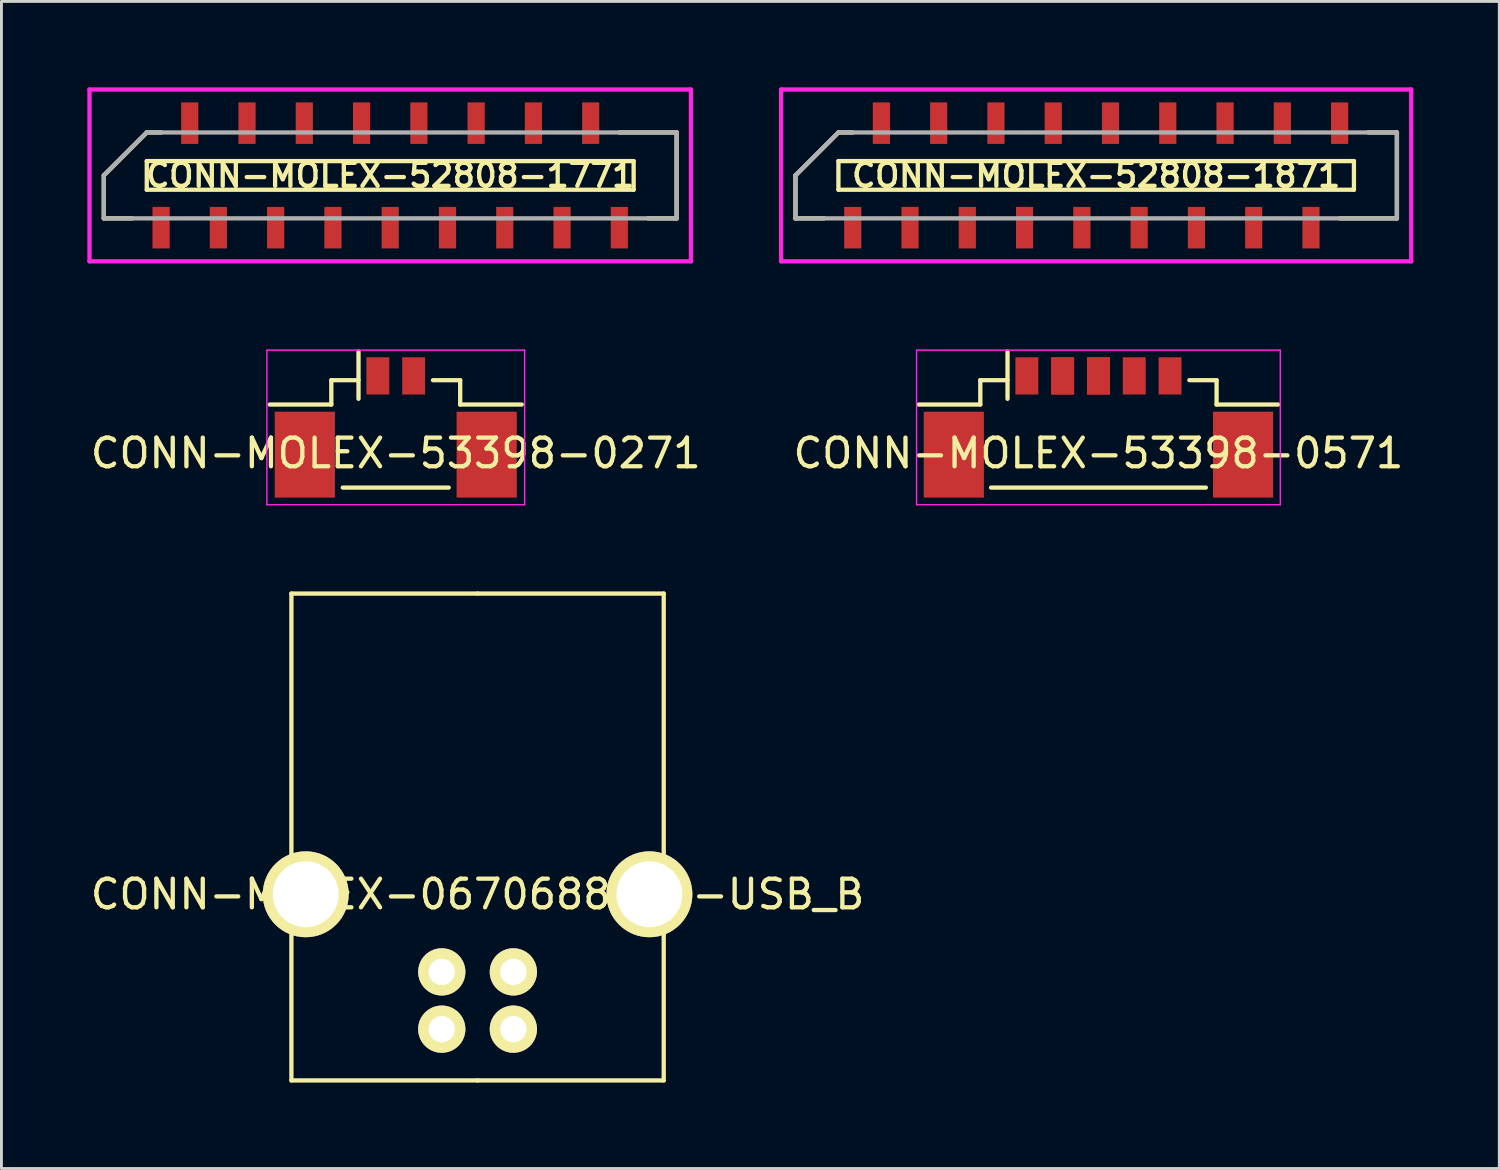
<source format=kicad_pcb>
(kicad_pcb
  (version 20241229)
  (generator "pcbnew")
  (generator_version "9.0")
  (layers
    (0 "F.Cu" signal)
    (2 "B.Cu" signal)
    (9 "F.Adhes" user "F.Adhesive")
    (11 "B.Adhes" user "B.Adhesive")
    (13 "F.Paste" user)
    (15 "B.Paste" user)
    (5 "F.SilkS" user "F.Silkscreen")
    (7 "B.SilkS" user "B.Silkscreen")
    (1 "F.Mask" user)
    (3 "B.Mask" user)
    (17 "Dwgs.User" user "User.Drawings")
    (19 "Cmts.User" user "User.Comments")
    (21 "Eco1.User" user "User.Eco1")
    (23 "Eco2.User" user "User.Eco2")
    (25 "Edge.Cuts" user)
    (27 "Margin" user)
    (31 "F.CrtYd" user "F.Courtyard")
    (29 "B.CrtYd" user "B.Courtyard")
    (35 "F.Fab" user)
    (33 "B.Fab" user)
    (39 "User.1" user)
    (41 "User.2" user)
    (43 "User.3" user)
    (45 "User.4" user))
  (footprint "CONN-MOLEX-53398-0571"
    (layer "F.Cu")
    (at 35.304 11.825)
    (property "Reference" "CONN-MOLEX-53398-0571" (at 0 0.95 0) (layer "F.SilkS") (effects (font (size 1 1) (thickness 0.15))))
    (attr through_hole)
    (fp_line (start -6.275 -0.75) (end -4.125 -0.75) (stroke (width 0.15) (type solid)) (layer "F.SilkS"))
    (fp_line (start -4.125 -1.6) (end -4.125 -0.75) (stroke (width 0.15) (type solid)) (layer "F.SilkS"))
    (fp_line (start -3.75 2.15) (end 3.75 2.15) (stroke (width 0.15) (type solid)) (layer "F.SilkS"))
    (fp_line (start -3.175 -1.6) (end -4.125 -1.6) (stroke (width 0.15) (type solid)) (layer "F.SilkS"))
    (fp_line (start -3.175 -0.95) (end -3.175 -2.6) (stroke (width 0.15) (type solid)) (layer "F.SilkS"))
    (fp_line (start 4.125 -1.6) (end 3.175 -1.6) (stroke (width 0.15) (type solid)) (layer "F.SilkS"))
    (fp_line (start 4.125 -0.75) (end 4.125 -1.6) (stroke (width 0.15) (type solid)) (layer "F.SilkS"))
    (fp_line (start 6.275 -0.75) (end 4.125 -0.75) (stroke (width 0.15) (type solid)) (layer "F.SilkS"))
    (fp_line (start -6.35 -2.65) (end -6.35 2.75) (stroke (width 0.05) (type solid)) (layer "F.CrtYd"))
    (fp_line (start -6.35 2.75) (end 6.35 2.75) (stroke (width 0.05) (type solid)) (layer "F.CrtYd"))
    (fp_line (start 6.35 -2.65) (end -6.35 -2.65) (stroke (width 0.05) (type solid)) (layer "F.CrtYd"))
    (fp_line (start 6.35 2.75) (end 6.35 -2.65) (stroke (width 0.05) (type solid)) (layer "F.CrtYd"))
    (pad "" smd rect (at -5.05 1) (size 2.1 3) (layers "F.Cu" "F.Mask" "F.Paste"))
    (pad "" smd rect (at 5.05 1) (size 2.1 3) (layers "F.Cu" "F.Mask" "F.Paste"))
    (pad "1" smd rect (at -2.5 -1.75) (size 0.8 1.3) (layers "F.Cu" "F.Mask" "F.Paste"))
    (pad "2" smd rect (at -1.25 -1.75) (size 0.8 1.3) (layers "F.Cu" "F.Mask" "F.Paste"))
    (pad "2" smd rect (at -1.25 -1.75) (size 0.8 1.3) (layers "F.Cu" "F.Mask" "F.Paste"))
    (pad "3" smd rect (at 0 -1.75) (size 0.8 1.3) (layers "F.Cu" "F.Mask" "F.Paste"))
    (pad "3" smd rect (at 0 -1.75) (size 0.8 1.3) (layers "F.Cu" "F.Mask" "F.Paste"))
    (pad "4" smd rect (at 1.25 -1.75) (size 0.8 1.3) (layers "F.Cu" "F.Mask" "F.Paste"))
    (pad "5" smd rect (at 2.5 -1.75) (size 0.8 1.3) (layers "F.Cu" "F.Mask" "F.Paste")))
  (footprint "CONN-MOLEX-52808-1771"
    (layer "F.Cu")
    (at 10.575 3.075)
    (property "Reference" "CONN-MOLEX-52808-1771" (at 0 0 0) (layer "F.SilkS") (effects (font (size 0.8 0.8) (thickness 0.15))))
    (attr through_hole)
    (fp_line (start -10 0) (end -10 1.5) (stroke (width 0.15) (type solid)) (layer "F.SilkS"))
    (fp_line (start -10 0) (end -8.5 -1.5) (stroke (width 0.15) (type solid)) (layer "F.SilkS"))
    (fp_line (start -9 1.5) (end -10 1.5) (stroke (width 0.15) (type solid)) (layer "F.SilkS"))
    (fp_line (start -8.5 -0.5) (end -8.5 0.5) (stroke (width 0.15) (type solid)) (layer "F.SilkS"))
    (fp_line (start -8.5 0.5) (end 8.5 0.5) (stroke (width 0.15) (type solid)) (layer "F.SilkS"))
    (fp_line (start -8 -1.5) (end -8.5 -1.5) (stroke (width 0.15) (type solid)) (layer "F.SilkS"))
    (fp_line (start 8.5 -0.5) (end -8.5 -0.5) (stroke (width 0.15) (type solid)) (layer "F.SilkS"))
    (fp_line (start 8.5 0.5) (end 8.5 -0.5) (stroke (width 0.15) (type solid)) (layer "F.SilkS"))
    (fp_line (start 9 1.5) (end 10 1.5) (stroke (width 0.15) (type solid)) (layer "F.SilkS"))
    (fp_line (start 10 -1.5) (end 8 -1.5) (stroke (width 0.15) (type solid)) (layer "F.SilkS"))
    (fp_line (start 10 -1.5) (end 10 1.5) (stroke (width 0.15) (type solid)) (layer "F.SilkS"))
    (fp_line (start -10.5 -3) (end -10.5 3) (stroke (width 0.15) (type solid)) (layer "F.CrtYd"))
    (fp_line (start -10.5 3) (end 10.5 3) (stroke (width 0.15) (type solid)) (layer "F.CrtYd"))
    (fp_line (start 10.5 -3) (end -10.5 -3) (stroke (width 0.15) (type solid)) (layer "F.CrtYd"))
    (fp_line (start 10.5 3) (end 10.5 -3) (stroke (width 0.15) (type solid)) (layer "F.CrtYd"))
    (fp_line (start -10 0) (end -10 1.5) (stroke (width 0.15) (type solid)) (layer "F.Fab"))
    (fp_line (start -10 1.5) (end 10 1.5) (stroke (width 0.15) (type solid)) (layer "F.Fab"))
    (fp_line (start -8.5 -1.5) (end -10 0) (stroke (width 0.15) (type solid)) (layer "F.Fab"))
    (fp_line (start 10 -1.5) (end -8.5 -1.5) (stroke (width 0.15) (type solid)) (layer "F.Fab"))
    (fp_line (start 10 1.5) (end 10 -1.5) (stroke (width 0.15) (type solid)) (layer "F.Fab"))
    (pad "1" smd rect (at -8 1.825) (size 0.6 1.45) (layers "F.Cu" "F.Mask" "F.Paste"))
    (pad "2" smd rect (at -7 -1.825) (size 0.6 1.45) (layers "F.Cu" "F.Mask" "F.Paste"))
    (pad "3" smd rect (at -6 1.825) (size 0.6 1.45) (layers "F.Cu" "F.Mask" "F.Paste"))
    (pad "4" smd rect (at -5 -1.825) (size 0.6 1.45) (layers "F.Cu" "F.Mask" "F.Paste"))
    (pad "5" smd rect (at -4 1.825) (size 0.6 1.45) (layers "F.Cu" "F.Mask" "F.Paste"))
    (pad "6" smd rect (at -3 -1.825) (size 0.6 1.45) (layers "F.Cu" "F.Mask" "F.Paste"))
    (pad "7" smd rect (at -2 1.825) (size 0.6 1.45) (layers "F.Cu" "F.Mask" "F.Paste"))
    (pad "8" smd rect (at -1 -1.825) (size 0.6 1.45) (layers "F.Cu" "F.Mask" "F.Paste"))
    (pad "9" smd rect (at 0 1.825) (size 0.6 1.45) (layers "F.Cu" "F.Mask" "F.Paste"))
    (pad "10" smd rect (at 1 -1.825) (size 0.6 1.45) (layers "F.Cu" "F.Mask" "F.Paste"))
    (pad "11" smd rect (at 2 1.825) (size 0.6 1.45) (layers "F.Cu" "F.Mask" "F.Paste"))
    (pad "12" smd rect (at 3 -1.825) (size 0.6 1.45) (layers "F.Cu" "F.Mask" "F.Paste"))
    (pad "13" smd rect (at 4 1.825) (size 0.6 1.45) (layers "F.Cu" "F.Mask" "F.Paste"))
    (pad "14" smd rect (at 5 -1.825) (size 0.6 1.45) (layers "F.Cu" "F.Mask" "F.Paste"))
    (pad "15" smd rect (at 6 1.825) (size 0.6 1.45) (layers "F.Cu" "F.Mask" "F.Paste"))
    (pad "16" smd rect (at 7 -1.825) (size 0.6 1.45) (layers "F.Cu" "F.Mask" "F.Paste"))
    (pad "17" smd rect (at 8 1.825) (size 0.6 1.45) (layers "F.Cu" "F.Mask" "F.Paste")))
  (footprint "CONN-MOLEX-52808-1871"
    (layer "F.Cu")
    (at 35.225 3.075)
    (property "Reference" "CONN-MOLEX-52808-1871" (at 0 0 0) (layer "F.SilkS") (effects (font (size 0.8 0.8) (thickness 0.15))))
    (attr through_hole)
    (fp_line (start -10.5 0) (end -10.5 1.5) (stroke (width 0.15) (type solid)) (layer "F.SilkS"))
    (fp_line (start -10.5 0) (end -9 -1.5) (stroke (width 0.15) (type solid)) (layer "F.SilkS"))
    (fp_line (start -9.5 1.5) (end -10.5 1.5) (stroke (width 0.15) (type solid)) (layer "F.SilkS"))
    (fp_line (start -9 -0.5) (end -9 0.5) (stroke (width 0.15) (type solid)) (layer "F.SilkS"))
    (fp_line (start -9 0.5) (end 9 0.5) (stroke (width 0.15) (type solid)) (layer "F.SilkS"))
    (fp_line (start -8.5 -1.5) (end -9 -1.5) (stroke (width 0.15) (type solid)) (layer "F.SilkS"))
    (fp_line (start 9 -0.5) (end -9 -0.5) (stroke (width 0.15) (type solid)) (layer "F.SilkS"))
    (fp_line (start 9 0.5) (end 9 -0.5) (stroke (width 0.15) (type solid)) (layer "F.SilkS"))
    (fp_line (start 9.5 -1.5) (end 10.5 -1.5) (stroke (width 0.15) (type solid)) (layer "F.SilkS"))
    (fp_line (start 10.5 -1.5) (end 10.5 1.5) (stroke (width 0.15) (type solid)) (layer "F.SilkS"))
    (fp_line (start 10.5 1.5) (end 8.5 1.5) (stroke (width 0.15) (type solid)) (layer "F.SilkS"))
    (fp_line (start -11 -3) (end -11 3) (stroke (width 0.15) (type solid)) (layer "F.CrtYd"))
    (fp_line (start -11 3) (end 11 3) (stroke (width 0.15) (type solid)) (layer "F.CrtYd"))
    (fp_line (start 11 -3) (end -11 -3) (stroke (width 0.15) (type solid)) (layer "F.CrtYd"))
    (fp_line (start 11 3) (end 11 -3) (stroke (width 0.15) (type solid)) (layer "F.CrtYd"))
    (fp_line (start -10.5 0) (end -10.5 1.5) (stroke (width 0.15) (type solid)) (layer "F.Fab"))
    (fp_line (start -10.5 1.5) (end 10.5 1.5) (stroke (width 0.15) (type solid)) (layer "F.Fab"))
    (fp_line (start -9 -1.5) (end -10.5 0) (stroke (width 0.15) (type solid)) (layer "F.Fab"))
    (fp_line (start -8.75 -1.5) (end -9 -1.5) (stroke (width 0.15) (type solid)) (layer "F.Fab"))
    (fp_line (start 10.5 -1.5) (end -8.75 -1.5) (stroke (width 0.15) (type solid)) (layer "F.Fab"))
    (fp_line (start 10.5 1.5) (end 10.5 -1.5) (stroke (width 0.15) (type solid)) (layer "F.Fab"))
    (pad "1" smd rect (at -8.5 1.825) (size 0.6 1.45) (layers "F.Cu" "F.Mask" "F.Paste"))
    (pad "2" smd rect (at -7.5 -1.825) (size 0.6 1.45) (layers "F.Cu" "F.Mask" "F.Paste"))
    (pad "3" smd rect (at -6.5 1.825) (size 0.6 1.45) (layers "F.Cu" "F.Mask" "F.Paste"))
    (pad "4" smd rect (at -5.5 -1.825) (size 0.6 1.45) (layers "F.Cu" "F.Mask" "F.Paste"))
    (pad "5" smd rect (at -4.5 1.825) (size 0.6 1.45) (layers "F.Cu" "F.Mask" "F.Paste"))
    (pad "6" smd rect (at -3.5 -1.825) (size 0.6 1.45) (layers "F.Cu" "F.Mask" "F.Paste"))
    (pad "7" smd rect (at -2.5 1.825) (size 0.6 1.45) (layers "F.Cu" "F.Mask" "F.Paste"))
    (pad "8" smd rect (at -1.5 -1.825) (size 0.6 1.45) (layers "F.Cu" "F.Mask" "F.Paste"))
    (pad "9" smd rect (at -0.5 1.825) (size 0.6 1.45) (layers "F.Cu" "F.Mask" "F.Paste"))
    (pad "10" smd rect (at 0.5 -1.825) (size 0.6 1.45) (layers "F.Cu" "F.Mask" "F.Paste"))
    (pad "11" smd rect (at 1.5 1.825) (size 0.6 1.45) (layers "F.Cu" "F.Mask" "F.Paste"))
    (pad "12" smd rect (at 2.5 -1.825) (size 0.6 1.45) (layers "F.Cu" "F.Mask" "F.Paste"))
    (pad "13" smd rect (at 3.5 1.825) (size 0.6 1.45) (layers "F.Cu" "F.Mask" "F.Paste"))
    (pad "14" smd rect (at 4.5 -1.825) (size 0.6 1.45) (layers "F.Cu" "F.Mask" "F.Paste"))
    (pad "15" smd rect (at 5.5 1.825) (size 0.6 1.45) (layers "F.Cu" "F.Mask" "F.Paste"))
    (pad "16" smd rect (at 6.5 -1.825) (size 0.6 1.45) (layers "F.Cu" "F.Mask" "F.Paste"))
    (pad "17" smd rect (at 7.5 1.825) (size 0.6 1.45) (layers "F.Cu" "F.Mask" "F.Paste"))
    (pad "18" smd rect (at 8.5 -1.825) (size 0.6 1.45) (layers "F.Cu" "F.Mask" "F.Paste")))
  (footprint "CONN-MOLEX-0670688000-USB_B"
    (layer "F.Cu")
    (at 13.625 28.175)
    (property "Reference" "CONN-MOLEX-0670688000-USB_B" (at 0 0 0) (layer "F.SilkS") (effects (font (size 1 1) (thickness 0.15))))
    (attr through_hole)
    (fp_line (start -6.5 -10.5) (end -6.5 6.5) (stroke (width 0.15) (type solid)) (layer "F.SilkS"))
    (fp_line (start 0 -10.5) (end -6.5 -10.5) (stroke (width 0.15) (type solid)) (layer "F.SilkS"))
    (fp_line (start 0 -10.5) (end 6.5 -10.5) (stroke (width 0.15) (type solid)) (layer "F.SilkS"))
    (fp_line (start 0 6.5) (end -6.5 6.5) (stroke (width 0.15) (type solid)) (layer "F.SilkS"))
    (fp_line (start 0 6.5) (end 6.5 6.5) (stroke (width 0.15) (type solid)) (layer "F.SilkS"))
    (fp_line (start 6.5 6.5) (end 6.5 -10.5) (stroke (width 0.15) (type solid)) (layer "F.SilkS"))
    (pad "1" thru_hole circle (at -1.25 4.71) (size 1.65 1.65) (drill 0.92) (layers "*.Cu" "*.Mask" "F.SilkS"))
    (pad "2" thru_hole circle (at 1.25 4.71) (size 1.65 1.65) (drill 0.92) (layers "*.Cu" "*.Mask" "F.SilkS"))
    (pad "3" thru_hole circle (at 1.25 2.71) (size 1.65 1.65) (drill 0.92) (layers "*.Cu" "*.Mask" "F.SilkS"))
    (pad "4" thru_hole circle (at -1.25 2.71) (size 1.65 1.65) (drill 0.92) (layers "*.Cu" "*.Mask" "F.SilkS"))
    (pad "SH" thru_hole circle (at -6 0) (size 3 3) (drill 2.3) (layers "*.Cu" "*.Mask" "F.SilkS"))
    (pad "SH" thru_hole circle (at 6 0) (size 3 3) (drill 2.3) (layers "*.Cu" "*.Mask" "F.SilkS")))
  (footprint "CONN-MOLEX-53398-0271"
    (layer "F.Cu")
    (at 10.768 11.825)
    (property "Reference" "CONN-MOLEX-53398-0271" (at 0 0.95 0) (layer "F.SilkS") (effects (font (size 1 1) (thickness 0.15))))
    (attr through_hole)
    (fp_line (start -4.4 -0.75) (end -2.25 -0.75) (stroke (width 0.15) (type solid)) (layer "F.SilkS"))
    (fp_line (start -2.25 -1.6) (end -2.25 -0.75) (stroke (width 0.15) (type solid)) (layer "F.SilkS"))
    (fp_line (start -1.85 2.15) (end 1.85 2.15) (stroke (width 0.15) (type solid)) (layer "F.SilkS"))
    (fp_line (start -1.3 -1.6) (end -2.25 -1.6) (stroke (width 0.15) (type solid)) (layer "F.SilkS"))
    (fp_line (start -1.3 -0.95) (end -1.3 -2.6) (stroke (width 0.15) (type solid)) (layer "F.SilkS"))
    (fp_line (start 2.25 -1.6) (end 1.3 -1.6) (stroke (width 0.15) (type solid)) (layer "F.SilkS"))
    (fp_line (start 2.25 -0.75) (end 2.25 -1.6) (stroke (width 0.15) (type solid)) (layer "F.SilkS"))
    (fp_line (start 4.4 -0.75) (end 2.25 -0.75) (stroke (width 0.15) (type solid)) (layer "F.SilkS"))
    (fp_line (start -4.5 -2.65) (end -4.5 2.75) (stroke (width 0.05) (type solid)) (layer "F.CrtYd"))
    (fp_line (start -4.5 2.75) (end 4.5 2.75) (stroke (width 0.05) (type solid)) (layer "F.CrtYd"))
    (fp_line (start 4.5 -2.65) (end -4.5 -2.65) (stroke (width 0.05) (type solid)) (layer "F.CrtYd"))
    (fp_line (start 4.5 2.75) (end 4.5 -2.65) (stroke (width 0.05) (type solid)) (layer "F.CrtYd"))
    (pad "" smd rect (at -3.175 1) (size 2.1 3) (layers "F.Cu" "F.Mask" "F.Paste"))
    (pad "" smd rect (at 3.175 1) (size 2.1 3) (layers "F.Cu" "F.Mask" "F.Paste"))
    (pad "1" smd rect (at -0.625 -1.75) (size 0.8 1.3) (layers "F.Cu" "F.Mask" "F.Paste"))
    (pad "2" smd rect (at 0.625 -1.75) (size 0.8 1.3) (layers "F.Cu" "F.Mask" "F.Paste")))
  (gr_rect
    (start -3 -3)
    (end 49.3 37.75)
    (stroke (width 0.1) (type default))
    (fill no)
    (layer "Edge.Cuts")))
</source>
